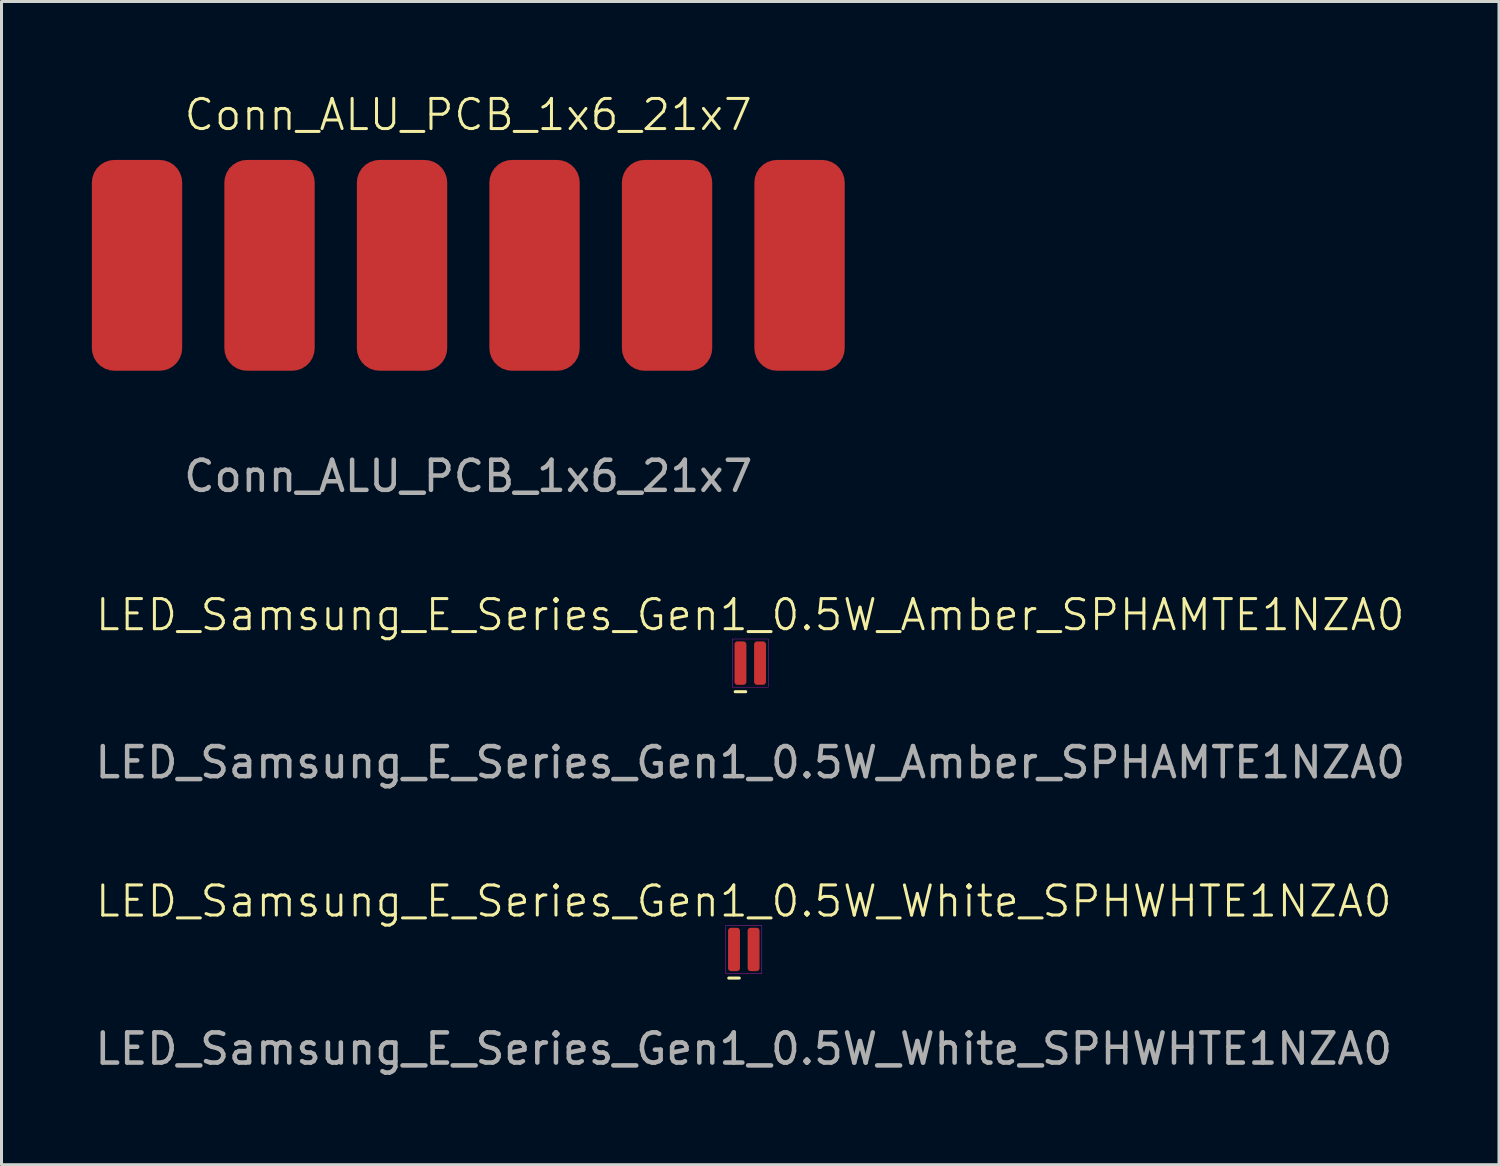
<source format=kicad_pcb>
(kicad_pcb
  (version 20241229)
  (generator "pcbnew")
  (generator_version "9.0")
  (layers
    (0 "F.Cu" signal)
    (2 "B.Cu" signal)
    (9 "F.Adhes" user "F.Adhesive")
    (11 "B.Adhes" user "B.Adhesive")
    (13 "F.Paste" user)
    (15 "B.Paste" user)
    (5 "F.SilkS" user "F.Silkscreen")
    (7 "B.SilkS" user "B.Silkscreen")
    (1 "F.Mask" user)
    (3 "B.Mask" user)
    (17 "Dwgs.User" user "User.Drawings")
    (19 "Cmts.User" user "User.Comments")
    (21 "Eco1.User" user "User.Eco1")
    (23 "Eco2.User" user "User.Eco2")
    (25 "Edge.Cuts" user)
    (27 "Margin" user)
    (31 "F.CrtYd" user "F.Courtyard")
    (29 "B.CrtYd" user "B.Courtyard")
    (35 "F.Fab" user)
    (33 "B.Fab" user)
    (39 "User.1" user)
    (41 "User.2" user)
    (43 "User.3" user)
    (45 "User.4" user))
  (footprint "LED_Samsung_E_Series_Gen1_0.5W_Amber_SPHAMTE1NZA0"
    (layer "F.Cu")
    (at 21.863 18.969)
    (property "Reference" "LED_Samsung_E_Series_Gen1_0.5W_Amber_SPHAMTE1NZA0" (at 0 -1.6 0) (unlocked yes) (layer "F.SilkS") (effects (font (size 1 1) (thickness 0.1))))
    (attr smd)
    (fp_line (start -0.5 0.95) (end -0.15 0.95) (stroke (width 0.1) (type default)) (layer "F.SilkS"))
    (fp_rect (start -0.6 -0.8) (end 0.6 0.8) (stroke (width 0.01) (type default)) (fill no) (layer "F.CrtYd"))
    (fp_text user "${REFERENCE}" (at 0 3.3 0) (unlocked yes) (layer "F.Fab") (effects (font (size 1 1) (thickness 0.15))))
    (pad "1" smd roundrect (at -0.325 0) (size 0.395 1.44) (layers "F.Cu" "F.Mask" "F.Paste") (roundrect_rratio 0.25))
    (pad "2" smd roundrect (at 0.325 0) (size 0.395 1.44) (layers "F.Cu" "F.Mask" "F.Paste") (roundrect_rratio 0.25)))
  (footprint "LED_Samsung_E_Series_Gen1_0.5W_White_SPHWHTE1NZA0"
    (layer "F.Cu")
    (at 21.649 28.478)
    (property "Reference" "LED_Samsung_E_Series_Gen1_0.5W_White_SPHWHTE1NZA0" (at 0 -1.6 0) (unlocked yes) (layer "F.SilkS") (effects (font (size 1 1) (thickness 0.1))))
    (attr smd)
    (fp_line (start -0.5 0.95) (end -0.15 0.95) (stroke (width 0.1) (type default)) (layer "F.SilkS"))
    (fp_rect (start -0.6 -0.8) (end 0.6 0.8) (stroke (width 0.01) (type default)) (fill no) (layer "F.CrtYd"))
    (fp_text user "${REFERENCE}" (at 0 3.3 0) (unlocked yes) (layer "F.Fab") (effects (font (size 1 1) (thickness 0.15))))
    (pad "1" smd roundrect (at -0.325 0) (size 0.395 1.44) (layers "F.Cu" "F.Mask" "F.Paste") (roundrect_rratio 0.25))
    (pad "2" smd roundrect (at 0.325 0) (size 0.395 1.44) (layers "F.Cu" "F.Mask" "F.Paste") (roundrect_rratio 0.25)))
  (footprint "Conn_ALU_PCB_1x6_21x7"
    (layer "F.Cu")
    (at 12.5 5.761)
    (property "Reference" "Conn_ALU_PCB_1x6_21x7" (at 0 -5 0) (unlocked yes) (layer "F.SilkS") (effects (font (size 1 1) (thickness 0.1))))
    (attr smd)
    (fp_text user "${REFERENCE}" (at 0 7 0) (unlocked yes) (layer "F.Fab") (effects (font (size 1 1) (thickness 0.15))))
    (pad "1" smd roundrect (at 11 0) (size 3 7) (layers "F.Cu" "F.Mask" "F.Paste") (roundrect_rratio 0.25))
    (pad "2" smd roundrect (at 6.6 0) (size 3 7) (layers "F.Cu" "F.Mask" "F.Paste") (roundrect_rratio 0.25))
    (pad "3" smd roundrect (at 2.2 0) (size 3 7) (layers "F.Cu" "F.Mask" "F.Paste") (roundrect_rratio 0.25))
    (pad "4" smd roundrect (at -2.2 0) (size 3 7) (layers "F.Cu" "F.Mask" "F.Paste") (roundrect_rratio 0.25))
    (pad "5" smd roundrect (at -6.6 0) (size 3 7) (layers "F.Cu" "F.Mask" "F.Paste") (roundrect_rratio 0.25))
    (pad "6" smd roundrect (at -11 0) (size 3 7) (layers "F.Cu" "F.Mask" "F.Paste") (roundrect_rratio 0.25)))
  (gr_rect
    (start -3 -3)
    (end 46.726 35.626)
    (stroke (width 0.1) (type default))
    (fill no)
    (layer "Edge.Cuts")))
</source>
